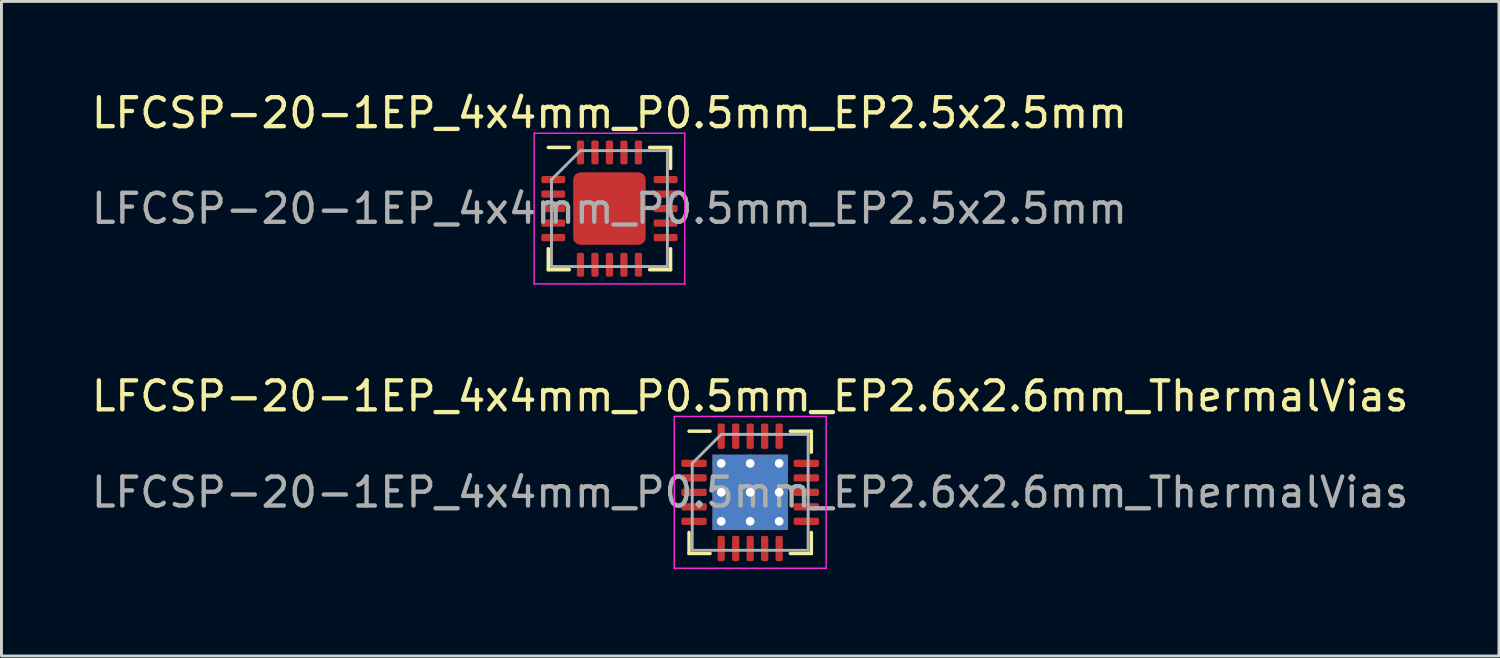
<source format=kicad_pcb>
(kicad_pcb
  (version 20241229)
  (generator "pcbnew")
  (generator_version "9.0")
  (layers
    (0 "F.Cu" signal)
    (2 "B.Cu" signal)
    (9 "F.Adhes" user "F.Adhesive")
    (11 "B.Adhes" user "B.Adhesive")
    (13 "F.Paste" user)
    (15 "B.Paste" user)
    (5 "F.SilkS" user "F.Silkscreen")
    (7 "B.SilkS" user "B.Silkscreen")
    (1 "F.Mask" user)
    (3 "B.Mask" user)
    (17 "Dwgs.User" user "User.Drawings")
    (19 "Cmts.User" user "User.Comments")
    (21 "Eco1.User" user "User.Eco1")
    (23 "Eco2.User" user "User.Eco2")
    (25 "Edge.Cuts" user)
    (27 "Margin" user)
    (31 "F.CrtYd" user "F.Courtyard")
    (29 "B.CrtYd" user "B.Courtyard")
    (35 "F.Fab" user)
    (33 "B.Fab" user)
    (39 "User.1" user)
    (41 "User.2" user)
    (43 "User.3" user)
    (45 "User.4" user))
  (footprint "LFCSP-20-1EP_4x4mm_P0.5mm_EP2.5x2.5mm"
    (layer "F.Cu")
    (at 17.982 4.148)
    (property "Reference" "LFCSP-20-1EP_4x4mm_P0.5mm_EP2.5x2.5mm" (at 0 -3.3 0) (layer "F.SilkS") (effects (font (size 1 1) (thickness 0.15))))
    (attr smd)
    (fp_line (start -2.11 2.11) (end -2.11 1.385) (stroke (width 0.12) (type solid)) (layer "F.SilkS"))
    (fp_line (start -1.385 -2.11) (end -2.11 -2.11) (stroke (width 0.12) (type solid)) (layer "F.SilkS"))
    (fp_line (start -1.385 2.11) (end -2.11 2.11) (stroke (width 0.12) (type solid)) (layer "F.SilkS"))
    (fp_line (start 1.385 -2.11) (end 2.11 -2.11) (stroke (width 0.12) (type solid)) (layer "F.SilkS"))
    (fp_line (start 1.385 2.11) (end 2.11 2.11) (stroke (width 0.12) (type solid)) (layer "F.SilkS"))
    (fp_line (start 2.11 -2.11) (end 2.11 -1.385) (stroke (width 0.12) (type solid)) (layer "F.SilkS"))
    (fp_line (start 2.11 2.11) (end 2.11 1.385) (stroke (width 0.12) (type solid)) (layer "F.SilkS"))
    (fp_line (start -2.6 -2.6) (end -2.6 2.6) (stroke (width 0.05) (type solid)) (layer "F.CrtYd"))
    (fp_line (start -2.6 2.6) (end 2.6 2.6) (stroke (width 0.05) (type solid)) (layer "F.CrtYd"))
    (fp_line (start 2.6 -2.6) (end -2.6 -2.6) (stroke (width 0.05) (type solid)) (layer "F.CrtYd"))
    (fp_line (start 2.6 2.6) (end 2.6 -2.6) (stroke (width 0.05) (type solid)) (layer "F.CrtYd"))
    (fp_line (start -2 -1) (end -1 -2) (stroke (width 0.1) (type solid)) (layer "F.Fab"))
    (fp_line (start -2 2) (end -2 -1) (stroke (width 0.1) (type solid)) (layer "F.Fab"))
    (fp_line (start -1 -2) (end 2 -2) (stroke (width 0.1) (type solid)) (layer "F.Fab"))
    (fp_line (start 2 -2) (end 2 2) (stroke (width 0.1) (type solid)) (layer "F.Fab"))
    (fp_line (start 2 2) (end -2 2) (stroke (width 0.1) (type solid)) (layer "F.Fab"))
    (fp_text user "${REFERENCE}" (at 0 0 0) (layer "F.Fab") (effects (font (size 1 1) (thickness 0.15))))
    (pad "" smd roundrect (at -0.625 -0.625) (size 1.01 1.01) (layers "F.Paste") (roundrect_rratio 0.248))
    (pad "" smd roundrect (at -0.625 0.625) (size 1.01 1.01) (layers "F.Paste") (roundrect_rratio 0.248))
    (pad "" smd roundrect (at 0.625 -0.625) (size 1.01 1.01) (layers "F.Paste") (roundrect_rratio 0.248))
    (pad "" smd roundrect (at 0.625 0.625) (size 1.01 1.01) (layers "F.Paste") (roundrect_rratio 0.248))
    (pad "1" smd roundrect (at -1.938 -1) (size 0.825 0.25) (layers "F.Cu" "F.Mask" "F.Paste") (roundrect_rratio 0.25))
    (pad "2" smd roundrect (at -1.938 -0.5) (size 0.825 0.25) (layers "F.Cu" "F.Mask" "F.Paste") (roundrect_rratio 0.25))
    (pad "3" smd roundrect (at -1.938 0) (size 0.825 0.25) (layers "F.Cu" "F.Mask" "F.Paste") (roundrect_rratio 0.25))
    (pad "4" smd roundrect (at -1.938 0.5) (size 0.825 0.25) (layers "F.Cu" "F.Mask" "F.Paste") (roundrect_rratio 0.25))
    (pad "5" smd roundrect (at -1.938 1) (size 0.825 0.25) (layers "F.Cu" "F.Mask" "F.Paste") (roundrect_rratio 0.25))
    (pad "6" smd roundrect (at -1 1.938) (size 0.25 0.825) (layers "F.Cu" "F.Mask" "F.Paste") (roundrect_rratio 0.25))
    (pad "7" smd roundrect (at -0.5 1.938) (size 0.25 0.825) (layers "F.Cu" "F.Mask" "F.Paste") (roundrect_rratio 0.25))
    (pad "8" smd roundrect (at 0 1.938) (size 0.25 0.825) (layers "F.Cu" "F.Mask" "F.Paste") (roundrect_rratio 0.25))
    (pad "9" smd roundrect (at 0.5 1.938) (size 0.25 0.825) (layers "F.Cu" "F.Mask" "F.Paste") (roundrect_rratio 0.25))
    (pad "10" smd roundrect (at 1 1.938) (size 0.25 0.825) (layers "F.Cu" "F.Mask" "F.Paste") (roundrect_rratio 0.25))
    (pad "11" smd roundrect (at 1.938 1) (size 0.825 0.25) (layers "F.Cu" "F.Mask" "F.Paste") (roundrect_rratio 0.25))
    (pad "12" smd roundrect (at 1.938 0.5) (size 0.825 0.25) (layers "F.Cu" "F.Mask" "F.Paste") (roundrect_rratio 0.25))
    (pad "13" smd roundrect (at 1.938 0) (size 0.825 0.25) (layers "F.Cu" "F.Mask" "F.Paste") (roundrect_rratio 0.25))
    (pad "14" smd roundrect (at 1.938 -0.5) (size 0.825 0.25) (layers "F.Cu" "F.Mask" "F.Paste") (roundrect_rratio 0.25))
    (pad "15" smd roundrect (at 1.938 -1) (size 0.825 0.25) (layers "F.Cu" "F.Mask" "F.Paste") (roundrect_rratio 0.25))
    (pad "16" smd roundrect (at 1 -1.938) (size 0.25 0.825) (layers "F.Cu" "F.Mask" "F.Paste") (roundrect_rratio 0.25))
    (pad "17" smd roundrect (at 0.5 -1.938) (size 0.25 0.825) (layers "F.Cu" "F.Mask" "F.Paste") (roundrect_rratio 0.25))
    (pad "18" smd roundrect (at 0 -1.938) (size 0.25 0.825) (layers "F.Cu" "F.Mask" "F.Paste") (roundrect_rratio 0.25))
    (pad "19" smd roundrect (at -0.5 -1.938) (size 0.25 0.825) (layers "F.Cu" "F.Mask" "F.Paste") (roundrect_rratio 0.25))
    (pad "20" smd roundrect (at -1 -1.938) (size 0.25 0.825) (layers "F.Cu" "F.Mask" "F.Paste") (roundrect_rratio 0.25))
    (pad "21" smd roundrect (at 0 0) (size 2.5 2.5) (layers "F.Cu" "F.Mask") (roundrect_rratio 0.1)))
  (footprint "LFCSP-20-1EP_4x4mm_P0.5mm_EP2.6x2.6mm_ThermalVias"
    (layer "F.Cu")
    (at 22.839 13.941)
    (property "Reference" "LFCSP-20-1EP_4x4mm_P0.5mm_EP2.6x2.6mm_ThermalVias" (at 0 -3.32 0) (layer "F.SilkS") (effects (font (size 1 1) (thickness 0.15))))
    (attr smd)
    (fp_line (start -2.11 2.11) (end -2.11 1.385) (stroke (width 0.12) (type solid)) (layer "F.SilkS"))
    (fp_line (start -1.385 -2.11) (end -2.11 -2.11) (stroke (width 0.12) (type solid)) (layer "F.SilkS"))
    (fp_line (start -1.385 2.11) (end -2.11 2.11) (stroke (width 0.12) (type solid)) (layer "F.SilkS"))
    (fp_line (start 1.385 -2.11) (end 2.11 -2.11) (stroke (width 0.12) (type solid)) (layer "F.SilkS"))
    (fp_line (start 1.385 2.11) (end 2.11 2.11) (stroke (width 0.12) (type solid)) (layer "F.SilkS"))
    (fp_line (start 2.11 -2.11) (end 2.11 -1.385) (stroke (width 0.12) (type solid)) (layer "F.SilkS"))
    (fp_line (start 2.11 2.11) (end 2.11 1.385) (stroke (width 0.12) (type solid)) (layer "F.SilkS"))
    (fp_line (start -2.62 -2.62) (end -2.62 2.62) (stroke (width 0.05) (type solid)) (layer "F.CrtYd"))
    (fp_line (start -2.62 2.62) (end 2.62 2.62) (stroke (width 0.05) (type solid)) (layer "F.CrtYd"))
    (fp_line (start 2.62 -2.62) (end -2.62 -2.62) (stroke (width 0.05) (type solid)) (layer "F.CrtYd"))
    (fp_line (start 2.62 2.62) (end 2.62 -2.62) (stroke (width 0.05) (type solid)) (layer "F.CrtYd"))
    (fp_line (start -2 -1) (end -1 -2) (stroke (width 0.1) (type solid)) (layer "F.Fab"))
    (fp_line (start -2 2) (end -2 -1) (stroke (width 0.1) (type solid)) (layer "F.Fab"))
    (fp_line (start -1 -2) (end 2 -2) (stroke (width 0.1) (type solid)) (layer "F.Fab"))
    (fp_line (start 2 -2) (end 2 2) (stroke (width 0.1) (type solid)) (layer "F.Fab"))
    (fp_line (start 2 2) (end -2 2) (stroke (width 0.1) (type solid)) (layer "F.Fab"))
    (fp_text user "${REFERENCE}" (at 0 0 0) (layer "F.Fab") (effects (font (size 1 1) (thickness 0.15))))
    (pad "" smd roundrect (at -0.65 -0.65) (size 1.09 1.09) (layers "F.Paste") (roundrect_rratio 0.229))
    (pad "" smd roundrect (at -0.65 0.65) (size 1.09 1.09) (layers "F.Paste") (roundrect_rratio 0.229))
    (pad "" smd roundrect (at 0.65 -0.65) (size 1.09 1.09) (layers "F.Paste") (roundrect_rratio 0.229))
    (pad "" smd roundrect (at 0.65 0.65) (size 1.09 1.09) (layers "F.Paste") (roundrect_rratio 0.229))
    (pad "1" smd roundrect (at -1.938 -1) (size 0.875 0.25) (layers "F.Cu" "F.Mask" "F.Paste") (roundrect_rratio 0.25))
    (pad "2" smd roundrect (at -1.938 -0.5) (size 0.875 0.25) (layers "F.Cu" "F.Mask" "F.Paste") (roundrect_rratio 0.25))
    (pad "3" smd roundrect (at -1.938 0) (size 0.875 0.25) (layers "F.Cu" "F.Mask" "F.Paste") (roundrect_rratio 0.25))
    (pad "4" smd roundrect (at -1.938 0.5) (size 0.875 0.25) (layers "F.Cu" "F.Mask" "F.Paste") (roundrect_rratio 0.25))
    (pad "5" smd roundrect (at -1.938 1) (size 0.875 0.25) (layers "F.Cu" "F.Mask" "F.Paste") (roundrect_rratio 0.25))
    (pad "6" smd roundrect (at -1 1.938) (size 0.25 0.875) (layers "F.Cu" "F.Mask" "F.Paste") (roundrect_rratio 0.25))
    (pad "7" smd roundrect (at -0.5 1.938) (size 0.25 0.875) (layers "F.Cu" "F.Mask" "F.Paste") (roundrect_rratio 0.25))
    (pad "8" smd roundrect (at 0 1.938) (size 0.25 0.875) (layers "F.Cu" "F.Mask" "F.Paste") (roundrect_rratio 0.25))
    (pad "9" smd roundrect (at 0.5 1.938) (size 0.25 0.875) (layers "F.Cu" "F.Mask" "F.Paste") (roundrect_rratio 0.25))
    (pad "10" smd roundrect (at 1 1.938) (size 0.25 0.875) (layers "F.Cu" "F.Mask" "F.Paste") (roundrect_rratio 0.25))
    (pad "11" smd roundrect (at 1.938 1) (size 0.875 0.25) (layers "F.Cu" "F.Mask" "F.Paste") (roundrect_rratio 0.25))
    (pad "12" smd roundrect (at 1.938 0.5) (size 0.875 0.25) (layers "F.Cu" "F.Mask" "F.Paste") (roundrect_rratio 0.25))
    (pad "13" smd roundrect (at 1.938 0) (size 0.875 0.25) (layers "F.Cu" "F.Mask" "F.Paste") (roundrect_rratio 0.25))
    (pad "14" smd roundrect (at 1.938 -0.5) (size 0.875 0.25) (layers "F.Cu" "F.Mask" "F.Paste") (roundrect_rratio 0.25))
    (pad "15" smd roundrect (at 1.938 -1) (size 0.875 0.25) (layers "F.Cu" "F.Mask" "F.Paste") (roundrect_rratio 0.25))
    (pad "16" smd roundrect (at 1 -1.938) (size 0.25 0.875) (layers "F.Cu" "F.Mask" "F.Paste") (roundrect_rratio 0.25))
    (pad "17" smd roundrect (at 0.5 -1.938) (size 0.25 0.875) (layers "F.Cu" "F.Mask" "F.Paste") (roundrect_rratio 0.25))
    (pad "18" smd roundrect (at 0 -1.938) (size 0.25 0.875) (layers "F.Cu" "F.Mask" "F.Paste") (roundrect_rratio 0.25))
    (pad "19" smd roundrect (at -0.5 -1.938) (size 0.25 0.875) (layers "F.Cu" "F.Mask" "F.Paste") (roundrect_rratio 0.25))
    (pad "20" smd roundrect (at -1 -1.938) (size 0.25 0.875) (layers "F.Cu" "F.Mask" "F.Paste") (roundrect_rratio 0.25))
    (pad "21" thru_hole circle (at -1 -1) (size 0.6 0.6) (drill 0.3) (layers "*.Cu"))
    (pad "21" thru_hole circle (at -1 0) (size 0.6 0.6) (drill 0.3) (layers "*.Cu"))
    (pad "21" thru_hole circle (at -1 1) (size 0.6 0.6) (drill 0.3) (layers "*.Cu"))
    (pad "21" thru_hole circle (at 0 -1) (size 0.6 0.6) (drill 0.3) (layers "*.Cu"))
    (pad "21" thru_hole circle (at 0 0) (size 0.6 0.6) (drill 0.3) (layers "*.Cu"))
    (pad "21" smd rect (at 0 0) (size 2.6 2.6) (layers "F.Cu" "F.Mask"))
    (pad "21" smd rect (at 0 0) (size 2.6 2.6) (layers "B.Cu"))
    (pad "21" thru_hole circle (at 0 1) (size 0.6 0.6) (drill 0.3) (layers "*.Cu"))
    (pad "21" thru_hole circle (at 1 -1) (size 0.6 0.6) (drill 0.3) (layers "*.Cu"))
    (pad "21" thru_hole circle (at 1 0) (size 0.6 0.6) (drill 0.3) (layers "*.Cu"))
    (pad "21" thru_hole circle (at 1 1) (size 0.6 0.6) (drill 0.3) (layers "*.Cu")))
  (gr_rect
    (start -3 -3)
    (end 48.679 19.587)
    (stroke (width 0.1) (type default))
    (fill no)
    (layer "Edge.Cuts")))
</source>
